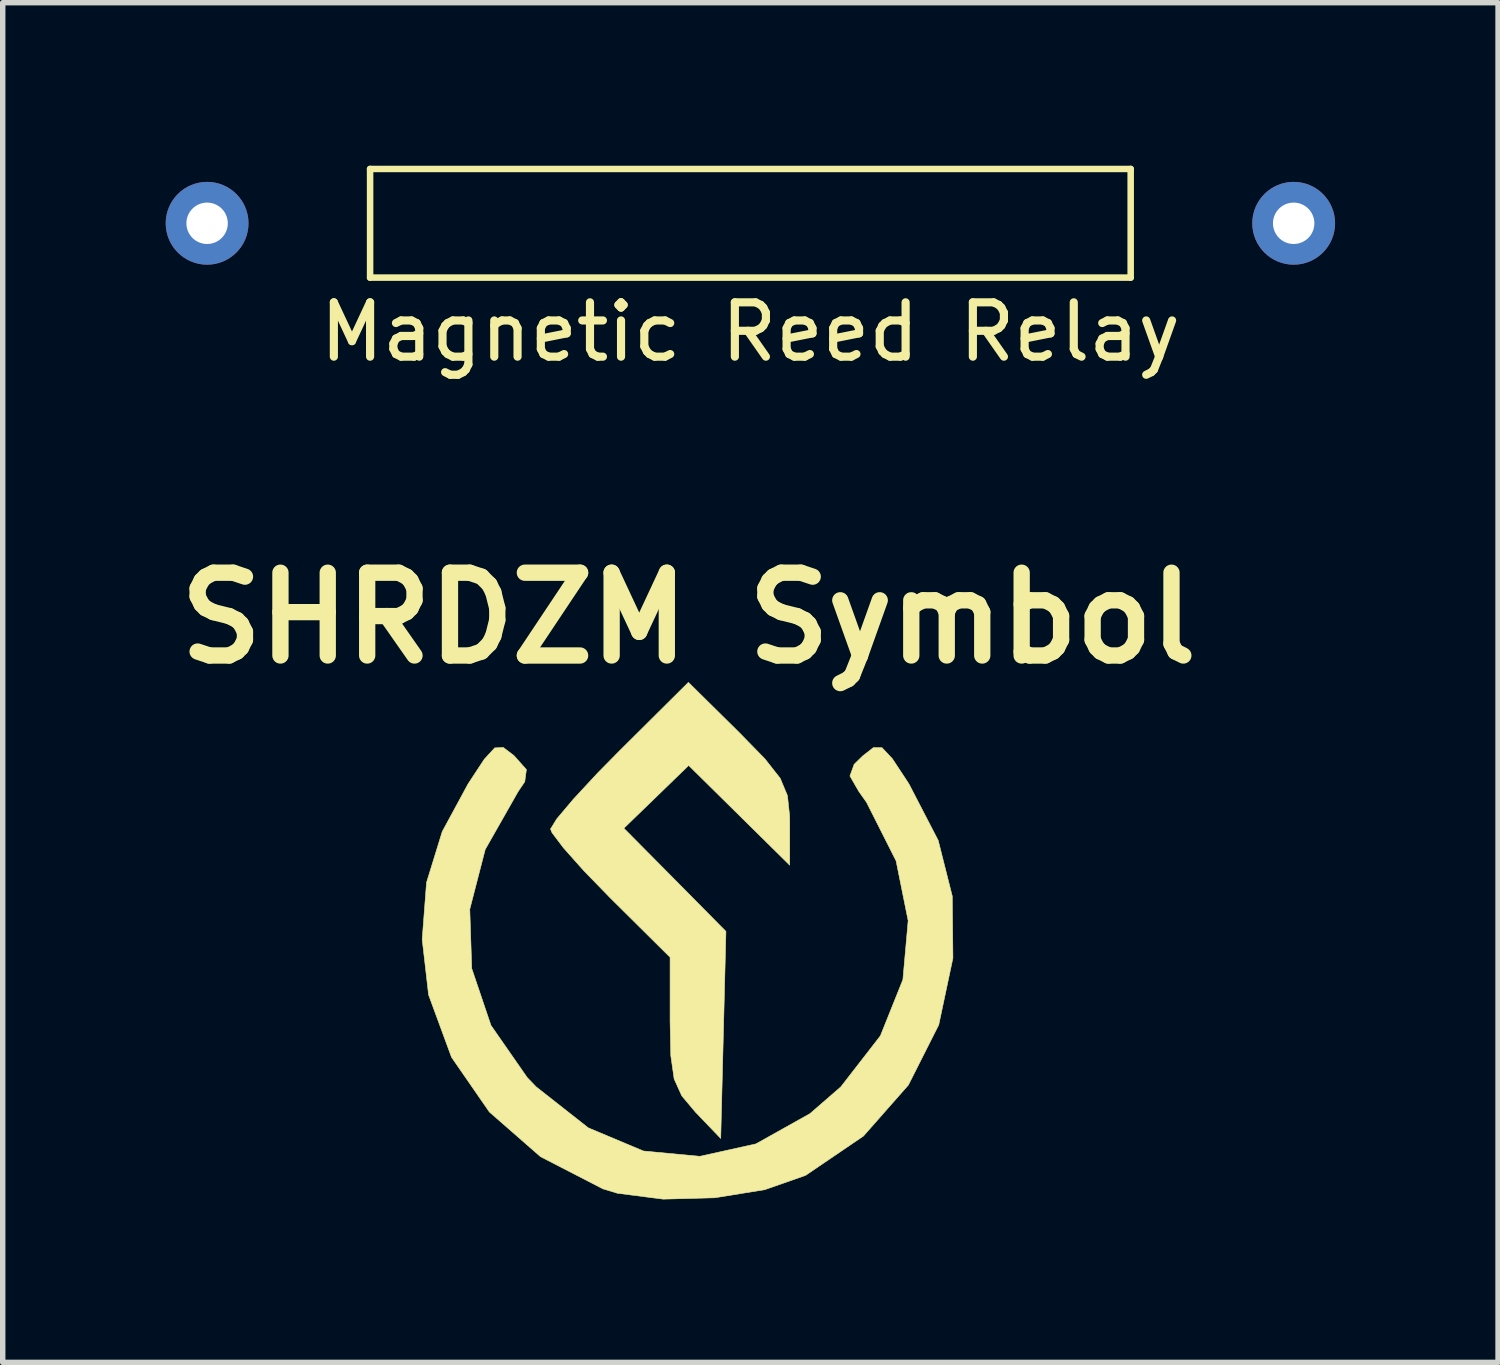
<source format=kicad_pcb>
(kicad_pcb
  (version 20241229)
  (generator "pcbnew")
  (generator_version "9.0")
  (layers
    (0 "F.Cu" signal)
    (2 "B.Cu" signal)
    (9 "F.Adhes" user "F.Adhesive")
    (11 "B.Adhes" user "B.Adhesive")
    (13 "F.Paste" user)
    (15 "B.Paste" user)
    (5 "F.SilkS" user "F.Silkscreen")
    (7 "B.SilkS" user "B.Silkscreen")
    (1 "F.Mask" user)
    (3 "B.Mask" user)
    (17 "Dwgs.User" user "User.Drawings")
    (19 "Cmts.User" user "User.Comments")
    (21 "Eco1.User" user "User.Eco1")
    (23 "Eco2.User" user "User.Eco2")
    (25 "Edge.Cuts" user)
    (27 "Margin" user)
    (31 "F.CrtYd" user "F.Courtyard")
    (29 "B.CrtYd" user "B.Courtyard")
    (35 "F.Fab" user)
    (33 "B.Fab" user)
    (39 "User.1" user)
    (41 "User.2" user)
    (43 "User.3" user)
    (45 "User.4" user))
  (footprint "Magnetic Reed Relay"
    (layer "F.Cu")
    (at 10.762 1.06)
    (property "Reference" "Magnetic Reed Relay" (at 0 2 0) (layer "F.SilkS") (effects (font (size 1 1) (thickness 0.15))))
    (attr through_hole)
    (fp_line (start -7 -1) (end 7 -1) (stroke (width 0.12) (type solid)) (layer "F.SilkS"))
    (fp_line (start -7 1) (end -7 -1) (stroke (width 0.12) (type solid)) (layer "F.SilkS"))
    (fp_line (start 7 -1) (end 7 1) (stroke (width 0.12) (type solid)) (layer "F.SilkS"))
    (fp_line (start 7 1) (end -7 1) (stroke (width 0.12) (type solid)) (layer "F.SilkS"))
    (pad "1" thru_hole circle (at -10 0) (size 1.524 1.524) (drill 0.762) (layers "*.Cu" "*.Mask"))
    (pad "2" thru_hole circle (at 10 0) (size 1.524 1.524) (drill 0.762) (layers "*.Cu" "*.Mask")))
  (footprint "SHRDZM Symbol"
    (layer "F.Cu")
    (at 9.623 14.326)
    (property "Reference" "SHRDZM Symbol" (at 0 -6 0) (layer "F.SilkS") (effects (font (size 1.524 1.524) (thickness 0.3))))
    (attr through_hole)
    (fp_poly (pts (xy 0.931 -3.895) (xy 1.408 -3.406) (xy 1.688 -3.05) (xy 1.821 -2.732) (xy 1.861 -2.358) (xy 1.863 -2.213) (xy 1.863 -1.451) (xy 0.933 -2.369) (xy 0.003 -3.287) (xy -0.593 -2.709) (xy -1.19 -2.131) (xy -0.25 -1.182) (xy 0.689 -0.232) (xy 0.641 1.674) (xy 0.593 3.579) (xy 0.127 3.093) (xy -0.124 2.794) (xy -0.264 2.485) (xy -0.326 2.054) (xy -0.339 1.425) (xy -0.339 0.244) (xy -1.439 -0.847) (xy -1.924 -1.346) (xy -2.3 -1.768) (xy -2.512 -2.049) (xy -2.54 -2.116) (xy -2.426 -2.302) (xy -2.119 -2.666) (xy -1.67 -3.15) (xy -1.271 -3.555) (xy -0.002 -4.816) (xy 0.931 -3.895)) (stroke (width 0.01) (type solid)) (fill yes) (layer "F.SilkS"))
    (fp_poly (pts (xy -3.214 -3.469) (xy -3.207 -3.462) (xy -2.984 -3.211) (xy -3.014 -2.987) (xy -3.135 -2.808) (xy -3.742 -1.74) (xy -4.026 -0.641) (xy -3.99 0.451) (xy -3.636 1.498) (xy -2.968 2.459) (xy -2.803 2.63) (xy -1.844 3.384) (xy -0.83 3.81) (xy 0.208 3.908) (xy 1.241 3.679) (xy 2.236 3.122) (xy 2.803 2.63) (xy 3.532 1.69) (xy 3.946 0.657) (xy 4.043 -0.429) (xy 3.821 -1.53) (xy 3.277 -2.608) (xy 3.135 -2.808) (xy 2.971 -3.093) (xy 3.049 -3.308) (xy 3.207 -3.462) (xy 3.404 -3.616) (xy 3.562 -3.613) (xy 3.752 -3.411) (xy 4.046 -2.965) (xy 4.06 -2.942) (xy 4.596 -1.907) (xy 4.855 -0.881) (xy 4.867 0.259) (xy 4.606 1.489) (xy 4.047 2.596) (xy 3.22 3.535) (xy 2.156 4.258) (xy 2.155 4.259) (xy 1.404 4.522) (xy 0.483 4.671) (xy -0.467 4.696) (xy -1.307 4.588) (xy -1.575 4.507) (xy -2.725 3.914) (xy -3.665 3.092) (xy -4.362 2.084) (xy -4.784 0.937) (xy -4.902 -0.085) (xy -4.822 -1.132) (xy -4.533 -2.069) (xy -4.058 -2.946) (xy -3.76 -3.4) (xy -3.567 -3.61) (xy -3.409 -3.618) (xy -3.214 -3.469)) (stroke (width 0.01) (type solid)) (fill yes) (layer "F.SilkS")))
  (gr_rect
    (start -3 -3)
    (end 24.524 22.027)
    (stroke (width 0.1) (type default))
    (fill no)
    (layer "Edge.Cuts")))
</source>
